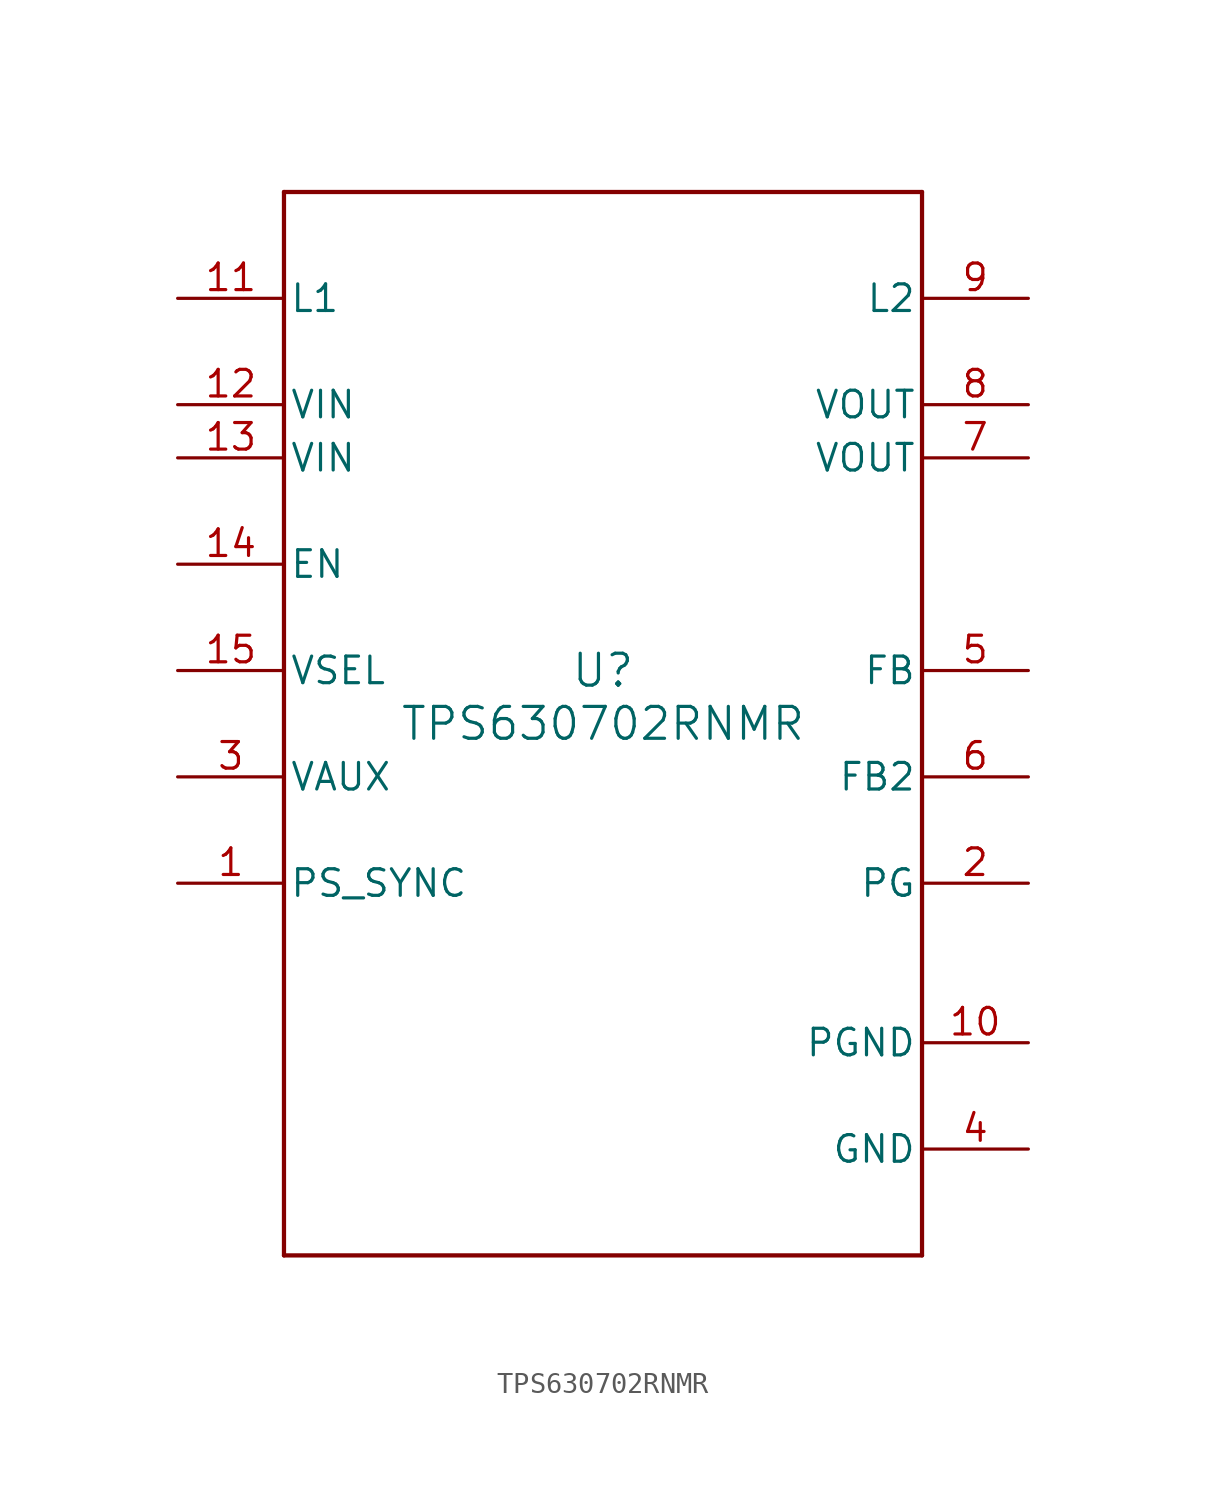
<source format=kicad_sym>
(kicad_symbol_lib
  (version 20211014)
  (generator kicad_symbol_editor)
  (symbol "TPS630702RNMR"
    (pin_names
      (offset 0.254))
    (property "Reference" "U"
      (at 0 2.54 0)
      (effects (font (size 1.524 1.524))))
    (property "Value" "TPS630702RNMR"
      (at 0 0 0)
      (effects (font (size 1.524 1.524))))
    (symbol "TPS630702RNMR_0_1"
      (polyline (pts (xy -15.24 -25.4) (xy 15.24 -25.4)) (stroke (width 0.203) (type default) (color 0 0 0 0)) (fill (type none)))
      (polyline (pts (xy 15.24 -25.4) (xy 15.24 25.4)) (stroke (width 0.203) (type default) (color 0 0 0 0)) (fill (type none)))
      (polyline (pts (xy 15.24 25.4) (xy -15.24 25.4)) (stroke (width 0.203) (type default) (color 0 0 0 0)) (fill (type none)))
      (polyline (pts (xy -15.24 25.4) (xy -15.24 -25.4)) (stroke (width 0.203) (type default) (color 0 0 0 0)) (fill (type none)))
      (pin input line (at -20.32 -7.62 0) (length 5.08) (name "PS_SYNC" (effects (font (size 1.27 1.27)))) (number "1" (effects (font (size 1.27 1.27)))))
      (pin open_collector line (at 20.32 -7.62 180) (length 5.08) (name "PG" (effects (font (size 1.27 1.27)))) (number "2" (effects (font (size 1.27 1.27)))))
      (pin unspecified line (at -20.32 -2.54 0) (length 5.08) (name "VAUX" (effects (font (size 1.27 1.27)))) (number "3" (effects (font (size 1.27 1.27)))))
      (pin power_in line (at 20.32 -20.32 180) (length 5.08) (name "GND" (effects (font (size 1.27 1.27)))) (number "4" (effects (font (size 1.27 1.27)))))
      (pin output line (at 20.32 2.54 180) (length 5.08) (name "FB" (effects (font (size 1.27 1.27)))) (number "5" (effects (font (size 1.27 1.27)))))
      (pin input line (at 20.32 -2.54 180) (length 5.08) (name "FB2" (effects (font (size 1.27 1.27)))) (number "6" (effects (font (size 1.27 1.27)))))
      (pin power_in line (at 20.32 12.7 180) (length 5.08) (name "VOUT" (effects (font (size 1.27 1.27)))) (number "7" (effects (font (size 1.27 1.27)))))
      (pin power_in line (at 20.32 15.24 180) (length 5.08) (name "VOUT" (effects (font (size 1.27 1.27)))) (number "8" (effects (font (size 1.27 1.27)))))
      (pin unspecified line (at 20.32 20.32 180) (length 5.08) (name "L2" (effects (font (size 1.27 1.27)))) (number "9" (effects (font (size 1.27 1.27)))))
      (pin power_in line (at 20.32 -15.24 180) (length 5.08) (name "PGND" (effects (font (size 1.27 1.27)))) (number "10" (effects (font (size 1.27 1.27)))))
      (pin unspecified line (at -20.32 20.32 0) (length 5.08) (name "L1" (effects (font (size 1.27 1.27)))) (number "11" (effects (font (size 1.27 1.27)))))
      (pin power_in line (at -20.32 15.24 0) (length 5.08) (name "VIN" (effects (font (size 1.27 1.27)))) (number "12" (effects (font (size 1.27 1.27)))))
      (pin power_in line (at -20.32 12.7 0) (length 5.08) (name "VIN" (effects (font (size 1.27 1.27)))) (number "13" (effects (font (size 1.27 1.27)))))
      (pin input line (at -20.32 7.62 0) (length 5.08) (name "EN" (effects (font (size 1.27 1.27)))) (number "14" (effects (font (size 1.27 1.27)))))
      (pin input line (at -20.32 2.54 0) (length 5.08) (name "VSEL" (effects (font (size 1.27 1.27)))) (number "15" (effects (font (size 1.27 1.27))))))))
</source>
